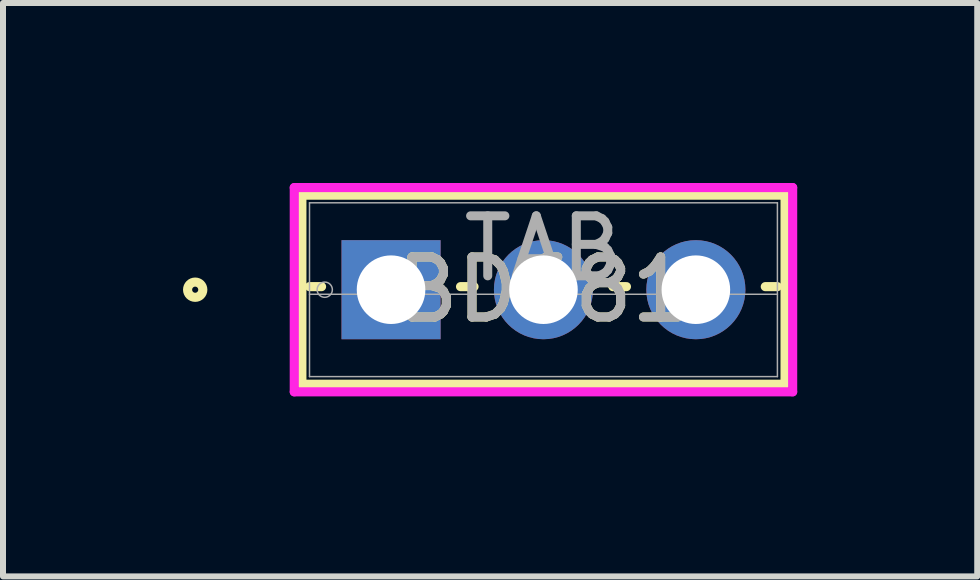
<source format=kicad_pcb>
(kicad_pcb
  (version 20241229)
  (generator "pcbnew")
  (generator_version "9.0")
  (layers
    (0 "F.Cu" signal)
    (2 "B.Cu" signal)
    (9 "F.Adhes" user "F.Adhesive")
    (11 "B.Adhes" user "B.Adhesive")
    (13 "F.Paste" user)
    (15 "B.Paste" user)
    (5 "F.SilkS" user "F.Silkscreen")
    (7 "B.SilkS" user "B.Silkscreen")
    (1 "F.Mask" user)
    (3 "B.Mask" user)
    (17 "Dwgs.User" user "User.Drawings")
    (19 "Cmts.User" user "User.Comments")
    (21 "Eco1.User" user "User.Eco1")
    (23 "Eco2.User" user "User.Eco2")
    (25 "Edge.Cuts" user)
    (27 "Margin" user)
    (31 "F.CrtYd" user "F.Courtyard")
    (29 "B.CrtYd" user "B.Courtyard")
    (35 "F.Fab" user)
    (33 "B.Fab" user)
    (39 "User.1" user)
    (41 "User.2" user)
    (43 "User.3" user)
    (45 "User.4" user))
  (footprint "BD681"
    (layer "F.Cu")
    (at 3.467 1.778)
    (property "Reference" "BD681" (at 2.54 0 0) (unlocked yes) (layer "F.SilkS") (effects (font (size 1 1) (thickness 0.15))))
    (attr through_hole)
    (fp_line (start -1.486 -1.575) (end -1.486 1.575) (stroke (width 0.152) (type solid)) (layer "F.SilkS"))
    (fp_line (start -1.486 1.575) (end 6.566 1.575) (stroke (width 0.152) (type solid)) (layer "F.SilkS"))
    (fp_line (start -1.359 -0.051) (end -1.158 -0.051) (stroke (width 0.152) (type solid)) (layer "F.SilkS"))
    (fp_line (start 1.158 -0.051) (end 1.383 -0.051) (stroke (width 0.152) (type solid)) (layer "F.SilkS"))
    (fp_line (start 3.697 -0.051) (end 3.923 -0.051) (stroke (width 0.152) (type solid)) (layer "F.SilkS"))
    (fp_line (start 6.237 -0.051) (end 6.439 -0.051) (stroke (width 0.152) (type solid)) (layer "F.SilkS"))
    (fp_line (start 6.566 -1.575) (end -1.486 -1.575) (stroke (width 0.152) (type solid)) (layer "F.SilkS"))
    (fp_line (start 6.566 1.575) (end 6.566 -1.575) (stroke (width 0.152) (type solid)) (layer "F.SilkS"))
    (fp_circle (center -3.264 0) (end -3.137 0) (stroke (width 0.152) (type solid)) (fill no) (layer "F.SilkS"))
    (fp_line (start -1.613 -1.702) (end -1.613 1.702) (stroke (width 0.152) (type solid)) (layer "F.CrtYd"))
    (fp_line (start -1.613 1.702) (end 6.693 1.702) (stroke (width 0.152) (type solid)) (layer "F.CrtYd"))
    (fp_line (start 6.693 -1.702) (end -1.613 -1.702) (stroke (width 0.152) (type solid)) (layer "F.CrtYd"))
    (fp_line (start 6.693 1.702) (end 6.693 -1.702) (stroke (width 0.152) (type solid)) (layer "F.CrtYd"))
    (fp_line (start -1.359 -1.448) (end -1.359 1.448) (stroke (width 0.025) (type solid)) (layer "F.Fab"))
    (fp_line (start -1.359 0.076) (end 6.439 0.076) (stroke (width 0.025) (type solid)) (layer "F.Fab"))
    (fp_line (start -1.359 1.448) (end 6.439 1.448) (stroke (width 0.025) (type solid)) (layer "F.Fab"))
    (fp_line (start 6.439 -1.448) (end -1.359 -1.448) (stroke (width 0.025) (type solid)) (layer "F.Fab"))
    (fp_line (start 6.439 1.448) (end 6.439 -1.448) (stroke (width 0.025) (type solid)) (layer "F.Fab"))
    (fp_circle (center -1.105 0) (end -0.978 0) (stroke (width 0.025) (type solid)) (fill no) (layer "F.Fab"))
    (fp_text user "TAB" (at 2.54 -0.686 0) (unlocked yes) (layer "F.Fab") (effects (font (size 1 1) (thickness 0.15))))
    (fp_text user "${REFERENCE}" (at 2.54 0 0) (unlocked yes) (layer "F.Fab") (effects (font (size 1 1) (thickness 0.15))))
    (pad "1" thru_hole rect (at 0 0) (size 1.651 1.651) (drill 1.143) (layers "*.Cu" "*.Mask"))
    (pad "2" thru_hole circle (at 2.54 0) (size 1.651 1.651) (drill 1.143) (layers "*.Cu" "*.Mask"))
    (pad "3" thru_hole circle (at 5.08 0) (size 1.651 1.651) (drill 1.143) (layers "*.Cu" "*.Mask")))
  (gr_rect
    (start -3 -3)
    (end 13.236 6.556)
    (stroke (width 0.1) (type default))
    (fill no)
    (layer "Edge.Cuts")))
</source>
